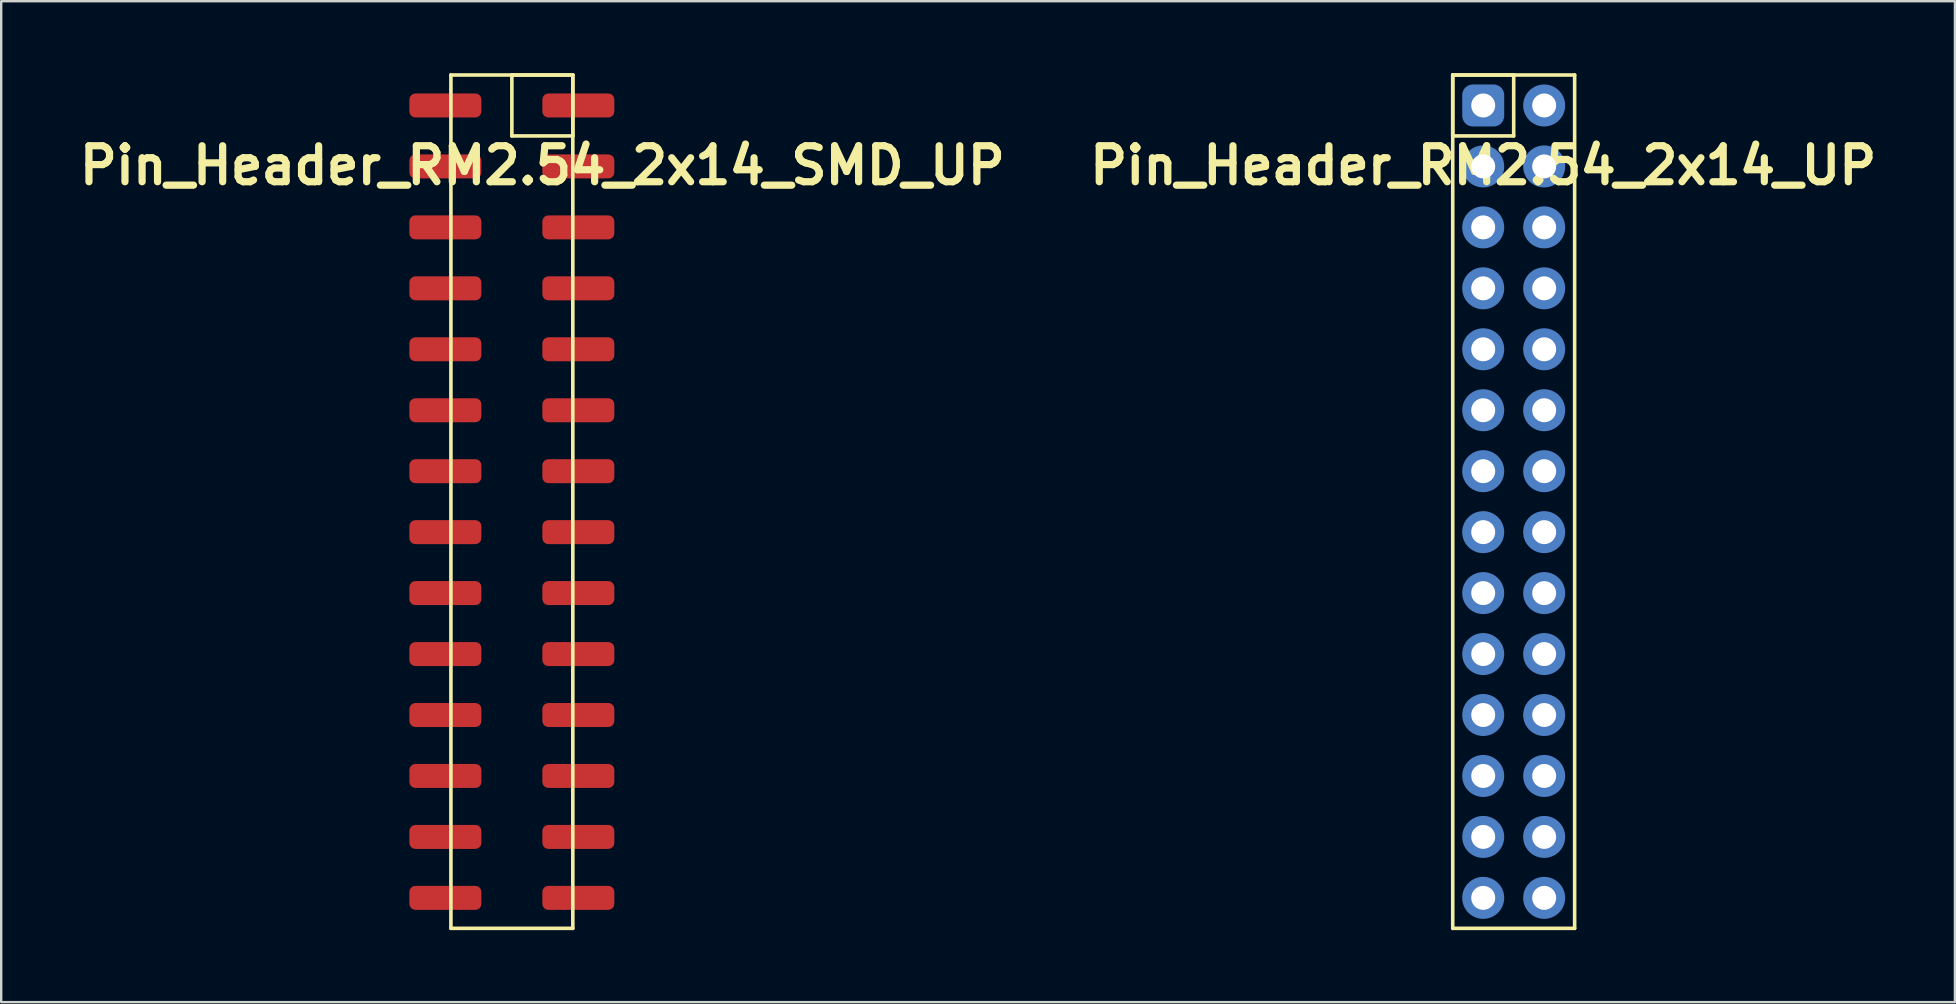
<source format=kicad_pcb>
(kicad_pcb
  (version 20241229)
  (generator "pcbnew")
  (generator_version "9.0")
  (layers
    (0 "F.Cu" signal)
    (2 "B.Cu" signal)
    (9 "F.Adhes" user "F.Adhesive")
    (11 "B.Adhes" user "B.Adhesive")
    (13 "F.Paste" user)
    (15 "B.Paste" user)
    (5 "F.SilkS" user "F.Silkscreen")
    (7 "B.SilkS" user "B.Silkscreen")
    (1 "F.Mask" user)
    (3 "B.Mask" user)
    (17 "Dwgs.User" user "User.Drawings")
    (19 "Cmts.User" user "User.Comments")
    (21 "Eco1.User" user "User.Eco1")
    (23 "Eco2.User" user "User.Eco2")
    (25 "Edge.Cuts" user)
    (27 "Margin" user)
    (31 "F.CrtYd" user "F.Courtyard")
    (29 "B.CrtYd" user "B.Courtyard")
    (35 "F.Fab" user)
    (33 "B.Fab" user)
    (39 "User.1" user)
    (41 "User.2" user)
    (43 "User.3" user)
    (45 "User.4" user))
  (footprint "Pin_Header_RM2.54_2x14_SMD_UP"
    (layer "F.Cu")
    (at 19.55 1.345)
    (property "Reference" "Pin_Header_RM2.54_2x14_SMD_UP" (at 0 2.5 0) (layer "F.SilkS") (effects (font (size 1.5 1.5) (thickness 0.3))))
    (attr through_hole)
    (fp_line (start -3.81 -1.27) (end 1.27 -1.27) (stroke (width 0.15) (type solid)) (layer "F.SilkS"))
    (fp_line (start -3.81 34.29) (end -3.81 -1.27) (stroke (width 0.15) (type solid)) (layer "F.SilkS"))
    (fp_line (start -1.27 -1.27) (end 1.27 -1.27) (stroke (width 0.15) (type solid)) (layer "F.SilkS"))
    (fp_line (start -1.27 1.27) (end -1.27 -1.27) (stroke (width 0.15) (type solid)) (layer "F.SilkS"))
    (fp_line (start 1.27 -1.27) (end 1.27 1.27) (stroke (width 0.15) (type solid)) (layer "F.SilkS"))
    (fp_line (start 1.27 -1.27) (end 1.27 34.29) (stroke (width 0.15) (type solid)) (layer "F.SilkS"))
    (fp_line (start 1.27 1.27) (end -1.27 1.27) (stroke (width 0.15) (type solid)) (layer "F.SilkS"))
    (fp_line (start 1.27 34.29) (end -3.81 34.29) (stroke (width 0.15) (type solid)) (layer "F.SilkS"))
    (pad "1" smd roundrect (at 1.5 0) (size 3 1) (layers "F.Cu" "F.Mask") (roundrect_rratio 0.25))
    (pad "2" smd roundrect (at -4.04 0) (size 3 1) (layers "F.Cu" "F.Mask") (roundrect_rratio 0.25))
    (pad "3" smd roundrect (at 1.5 2.54) (size 3 1) (layers "F.Cu" "F.Mask") (roundrect_rratio 0.25))
    (pad "4" smd roundrect (at -4.04 2.54) (size 3 1) (layers "F.Cu" "F.Mask") (roundrect_rratio 0.25))
    (pad "5" smd roundrect (at 1.5 5.08) (size 3 1) (layers "F.Cu" "F.Mask") (roundrect_rratio 0.25))
    (pad "6" smd roundrect (at -4.04 5.08) (size 3 1) (layers "F.Cu" "F.Mask") (roundrect_rratio 0.25))
    (pad "7" smd roundrect (at 1.5 7.62) (size 3 1) (layers "F.Cu" "F.Mask") (roundrect_rratio 0.25))
    (pad "8" smd roundrect (at -4.04 7.62) (size 3 1) (layers "F.Cu" "F.Mask") (roundrect_rratio 0.25))
    (pad "9" smd roundrect (at 1.5 10.16) (size 3 1) (layers "F.Cu" "F.Mask") (roundrect_rratio 0.25))
    (pad "10" smd roundrect (at -4.04 10.16) (size 3 1) (layers "F.Cu" "F.Mask") (roundrect_rratio 0.25))
    (pad "11" smd roundrect (at 1.5 12.7) (size 3 1) (layers "F.Cu" "F.Mask") (roundrect_rratio 0.25))
    (pad "12" smd roundrect (at -4.04 12.7) (size 3 1) (layers "F.Cu" "F.Mask") (roundrect_rratio 0.25))
    (pad "13" smd roundrect (at 1.5 15.24) (size 3 1) (layers "F.Cu" "F.Mask") (roundrect_rratio 0.25))
    (pad "14" smd roundrect (at -4.04 15.24) (size 3 1) (layers "F.Cu" "F.Mask") (roundrect_rratio 0.25))
    (pad "15" smd roundrect (at 1.5 17.78) (size 3 1) (layers "F.Cu" "F.Mask") (roundrect_rratio 0.25))
    (pad "16" smd roundrect (at -4.04 17.78) (size 3 1) (layers "F.Cu" "F.Mask") (roundrect_rratio 0.25))
    (pad "17" smd roundrect (at 1.5 20.32) (size 3 1) (layers "F.Cu" "F.Mask") (roundrect_rratio 0.25))
    (pad "18" smd roundrect (at -4.04 20.32) (size 3 1) (layers "F.Cu" "F.Mask") (roundrect_rratio 0.25))
    (pad "19" smd roundrect (at 1.5 22.86) (size 3 1) (layers "F.Cu" "F.Mask") (roundrect_rratio 0.25))
    (pad "20" smd roundrect (at -4.04 22.86) (size 3 1) (layers "F.Cu" "F.Mask") (roundrect_rratio 0.25))
    (pad "21" smd roundrect (at 1.5 25.4) (size 3 1) (layers "F.Cu" "F.Mask") (roundrect_rratio 0.25))
    (pad "22" smd roundrect (at -4.04 25.4) (size 3 1) (layers "F.Cu" "F.Mask") (roundrect_rratio 0.25))
    (pad "23" smd roundrect (at 1.5 27.94) (size 3 1) (layers "F.Cu" "F.Mask") (roundrect_rratio 0.25))
    (pad "24" smd roundrect (at -4.04 27.94) (size 3 1) (layers "F.Cu" "F.Mask") (roundrect_rratio 0.25))
    (pad "25" smd roundrect (at 1.5 30.48) (size 3 1) (layers "F.Cu" "F.Mask") (roundrect_rratio 0.25))
    (pad "26" smd roundrect (at -4.04 30.48) (size 3 1) (layers "F.Cu" "F.Mask") (roundrect_rratio 0.25))
    (pad "27" smd roundrect (at 1.5 33.02) (size 3 1) (layers "F.Cu" "F.Mask") (roundrect_rratio 0.25))
    (pad "28" smd roundrect (at -4.04 33.02) (size 3 1) (layers "F.Cu" "F.Mask") (roundrect_rratio 0.25)))
  (footprint "Pin_Header_RM2.54_2x14_UP"
    (layer "F.Cu")
    (at 58.757 1.345)
    (property "Reference" "Pin_Header_RM2.54_2x14_UP" (at 0 2.5 0) (layer "F.SilkS") (effects (font (size 1.5 1.5) (thickness 0.3))))
    (attr through_hole)
    (fp_line (start -1.27 -1.27) (end 1.27 -1.27) (stroke (width 0.15) (type solid)) (layer "F.SilkS"))
    (fp_line (start -1.27 -1.27) (end 3.81 -1.27) (stroke (width 0.15) (type solid)) (layer "F.SilkS"))
    (fp_line (start -1.27 1.27) (end -1.27 -1.27) (stroke (width 0.15) (type solid)) (layer "F.SilkS"))
    (fp_line (start -1.27 34.29) (end -1.27 -1.27) (stroke (width 0.15) (type solid)) (layer "F.SilkS"))
    (fp_line (start 1.27 -1.27) (end 1.27 1.27) (stroke (width 0.15) (type solid)) (layer "F.SilkS"))
    (fp_line (start 1.27 1.27) (end -1.27 1.27) (stroke (width 0.15) (type solid)) (layer "F.SilkS"))
    (fp_line (start 3.81 -1.27) (end 3.81 34.29) (stroke (width 0.15) (type solid)) (layer "F.SilkS"))
    (fp_line (start 3.81 34.29) (end -1.27 34.29) (stroke (width 0.15) (type solid)) (layer "F.SilkS"))
    (pad "1" thru_hole circle (at 0 0) (size 1.3 1.3) (drill 1) (layers "*.Cu" "*.Mask"))
    (pad "1" smd roundrect (at 0 0) (size 1.75 1.75) (layers "B.Cu" "B.Mask") (roundrect_rratio 0.25))
    (pad "2" thru_hole circle (at 2.54 0) (size 1.3 1.3) (drill 1) (layers "*.Cu" "*.Mask"))
    (pad "2" smd circle (at 2.54 0) (size 1.75 1.75) (layers "B.Cu" "B.Mask"))
    (pad "3" thru_hole circle (at 0 2.54) (size 1.3 1.3) (drill 1) (layers "*.Cu" "*.Mask"))
    (pad "3" smd circle (at 0 2.54) (size 1.75 1.75) (layers "B.Cu" "B.Mask"))
    (pad "4" thru_hole circle (at 2.54 2.54) (size 1.3 1.3) (drill 1) (layers "*.Cu" "*.Mask"))
    (pad "4" smd circle (at 2.54 2.54) (size 1.75 1.75) (layers "B.Cu" "B.Mask"))
    (pad "5" thru_hole circle (at 0 5.08) (size 1.3 1.3) (drill 1) (layers "*.Cu" "*.Mask"))
    (pad "5" smd circle (at 0 5.08) (size 1.75 1.75) (layers "B.Cu" "B.Mask"))
    (pad "6" thru_hole circle (at 2.54 5.08) (size 1.3 1.3) (drill 1) (layers "*.Cu" "*.Mask"))
    (pad "6" smd circle (at 2.54 5.08) (size 1.75 1.75) (layers "B.Cu" "B.Mask"))
    (pad "7" thru_hole circle (at 0 7.62) (size 1.3 1.3) (drill 1) (layers "*.Cu" "*.Mask"))
    (pad "7" smd circle (at 0 7.62) (size 1.75 1.75) (layers "B.Cu" "B.Mask"))
    (pad "8" thru_hole circle (at 2.54 7.62) (size 1.3 1.3) (drill 1) (layers "*.Cu" "*.Mask"))
    (pad "8" smd circle (at 2.54 7.62) (size 1.75 1.75) (layers "B.Cu" "B.Mask"))
    (pad "9" thru_hole circle (at 0 10.16) (size 1.3 1.3) (drill 1) (layers "*.Cu" "*.Mask"))
    (pad "9" smd circle (at 0 10.16) (size 1.75 1.75) (layers "B.Cu" "B.Mask"))
    (pad "10" thru_hole circle (at 2.54 10.16) (size 1.3 1.3) (drill 1) (layers "*.Cu" "*.Mask"))
    (pad "10" smd circle (at 2.54 10.16) (size 1.75 1.75) (layers "B.Cu" "B.Mask"))
    (pad "11" thru_hole circle (at 0 12.7) (size 1.3 1.3) (drill 1) (layers "*.Cu" "*.Mask"))
    (pad "11" smd circle (at 0 12.7) (size 1.75 1.75) (layers "B.Cu" "B.Mask"))
    (pad "12" thru_hole circle (at 2.54 12.7) (size 1.3 1.3) (drill 1) (layers "*.Cu" "*.Mask"))
    (pad "12" smd circle (at 2.54 12.7) (size 1.75 1.75) (layers "B.Cu" "B.Mask"))
    (pad "13" thru_hole circle (at 0 15.24) (size 1.3 1.3) (drill 1) (layers "*.Cu" "*.Mask"))
    (pad "13" smd circle (at 0 15.24) (size 1.75 1.75) (layers "B.Cu" "B.Mask"))
    (pad "14" thru_hole circle (at 2.54 15.24) (size 1.3 1.3) (drill 1) (layers "*.Cu" "*.Mask"))
    (pad "14" smd circle (at 2.54 15.24) (size 1.75 1.75) (layers "B.Cu" "B.Mask"))
    (pad "15" thru_hole circle (at 0 17.78) (size 1.3 1.3) (drill 1) (layers "*.Cu" "*.Mask"))
    (pad "15" smd circle (at 0 17.78) (size 1.75 1.75) (layers "B.Cu" "B.Mask"))
    (pad "16" thru_hole circle (at 2.54 17.78) (size 1.3 1.3) (drill 1) (layers "*.Cu" "*.Mask"))
    (pad "16" smd circle (at 2.54 17.78) (size 1.75 1.75) (layers "B.Cu" "B.Mask"))
    (pad "17" thru_hole circle (at 0 20.32) (size 1.3 1.3) (drill 1) (layers "*.Cu" "*.Mask"))
    (pad "17" smd circle (at 0 20.32) (size 1.75 1.75) (layers "B.Cu" "B.Mask"))
    (pad "18" thru_hole circle (at 2.54 20.32) (size 1.3 1.3) (drill 1) (layers "*.Cu" "*.Mask"))
    (pad "18" smd circle (at 2.54 20.32) (size 1.75 1.75) (layers "B.Cu" "B.Mask"))
    (pad "19" thru_hole circle (at 0 22.86) (size 1.3 1.3) (drill 1) (layers "*.Cu" "*.Mask"))
    (pad "19" smd circle (at 0 22.86) (size 1.75 1.75) (layers "B.Cu" "B.Mask"))
    (pad "20" thru_hole circle (at 2.54 22.86) (size 1.3 1.3) (drill 1) (layers "*.Cu" "*.Mask"))
    (pad "20" smd circle (at 2.54 22.86) (size 1.75 1.75) (layers "B.Cu" "B.Mask"))
    (pad "21" thru_hole circle (at 0 25.4) (size 1.3 1.3) (drill 1) (layers "*.Cu" "*.Mask"))
    (pad "21" smd circle (at 0 25.4) (size 1.75 1.75) (layers "B.Cu" "B.Mask"))
    (pad "22" thru_hole circle (at 2.54 25.4) (size 1.3 1.3) (drill 1) (layers "*.Cu" "*.Mask"))
    (pad "22" smd circle (at 2.54 25.4) (size 1.75 1.75) (layers "B.Cu" "B.Mask"))
    (pad "23" thru_hole circle (at 0 27.94) (size 1.3 1.3) (drill 1) (layers "*.Cu" "*.Mask"))
    (pad "23" smd circle (at 0 27.94) (size 1.75 1.75) (layers "B.Cu" "B.Mask"))
    (pad "24" thru_hole circle (at 2.54 27.94) (size 1.3 1.3) (drill 1) (layers "*.Cu" "*.Mask"))
    (pad "24" smd circle (at 2.54 27.94) (size 1.75 1.75) (layers "B.Cu" "B.Mask"))
    (pad "25" thru_hole circle (at 0 30.48) (size 1.3 1.3) (drill 1) (layers "*.Cu" "*.Mask"))
    (pad "25" smd circle (at 0 30.48) (size 1.75 1.75) (layers "B.Cu" "B.Mask"))
    (pad "26" thru_hole circle (at 2.54 30.48) (size 1.3 1.3) (drill 1) (layers "*.Cu" "*.Mask"))
    (pad "26" smd circle (at 2.54 30.48) (size 1.75 1.75) (layers "B.Cu" "B.Mask"))
    (pad "27" thru_hole circle (at 0 33.02) (size 1.3 1.3) (drill 1) (layers "*.Cu" "*.Mask"))
    (pad "27" smd circle (at 0 33.02) (size 1.75 1.75) (layers "B.Cu" "B.Mask"))
    (pad "28" thru_hole circle (at 2.54 33.02) (size 1.3 1.3) (drill 1) (layers "*.Cu" "*.Mask"))
    (pad "28" smd circle (at 2.54 33.02) (size 1.75 1.75) (layers "B.Cu" "B.Mask")))
  (gr_rect
    (start -3 -3)
    (end 78.414 38.71)
    (stroke (width 0.1) (type default))
    (fill no)
    (layer "Edge.Cuts")))
</source>
